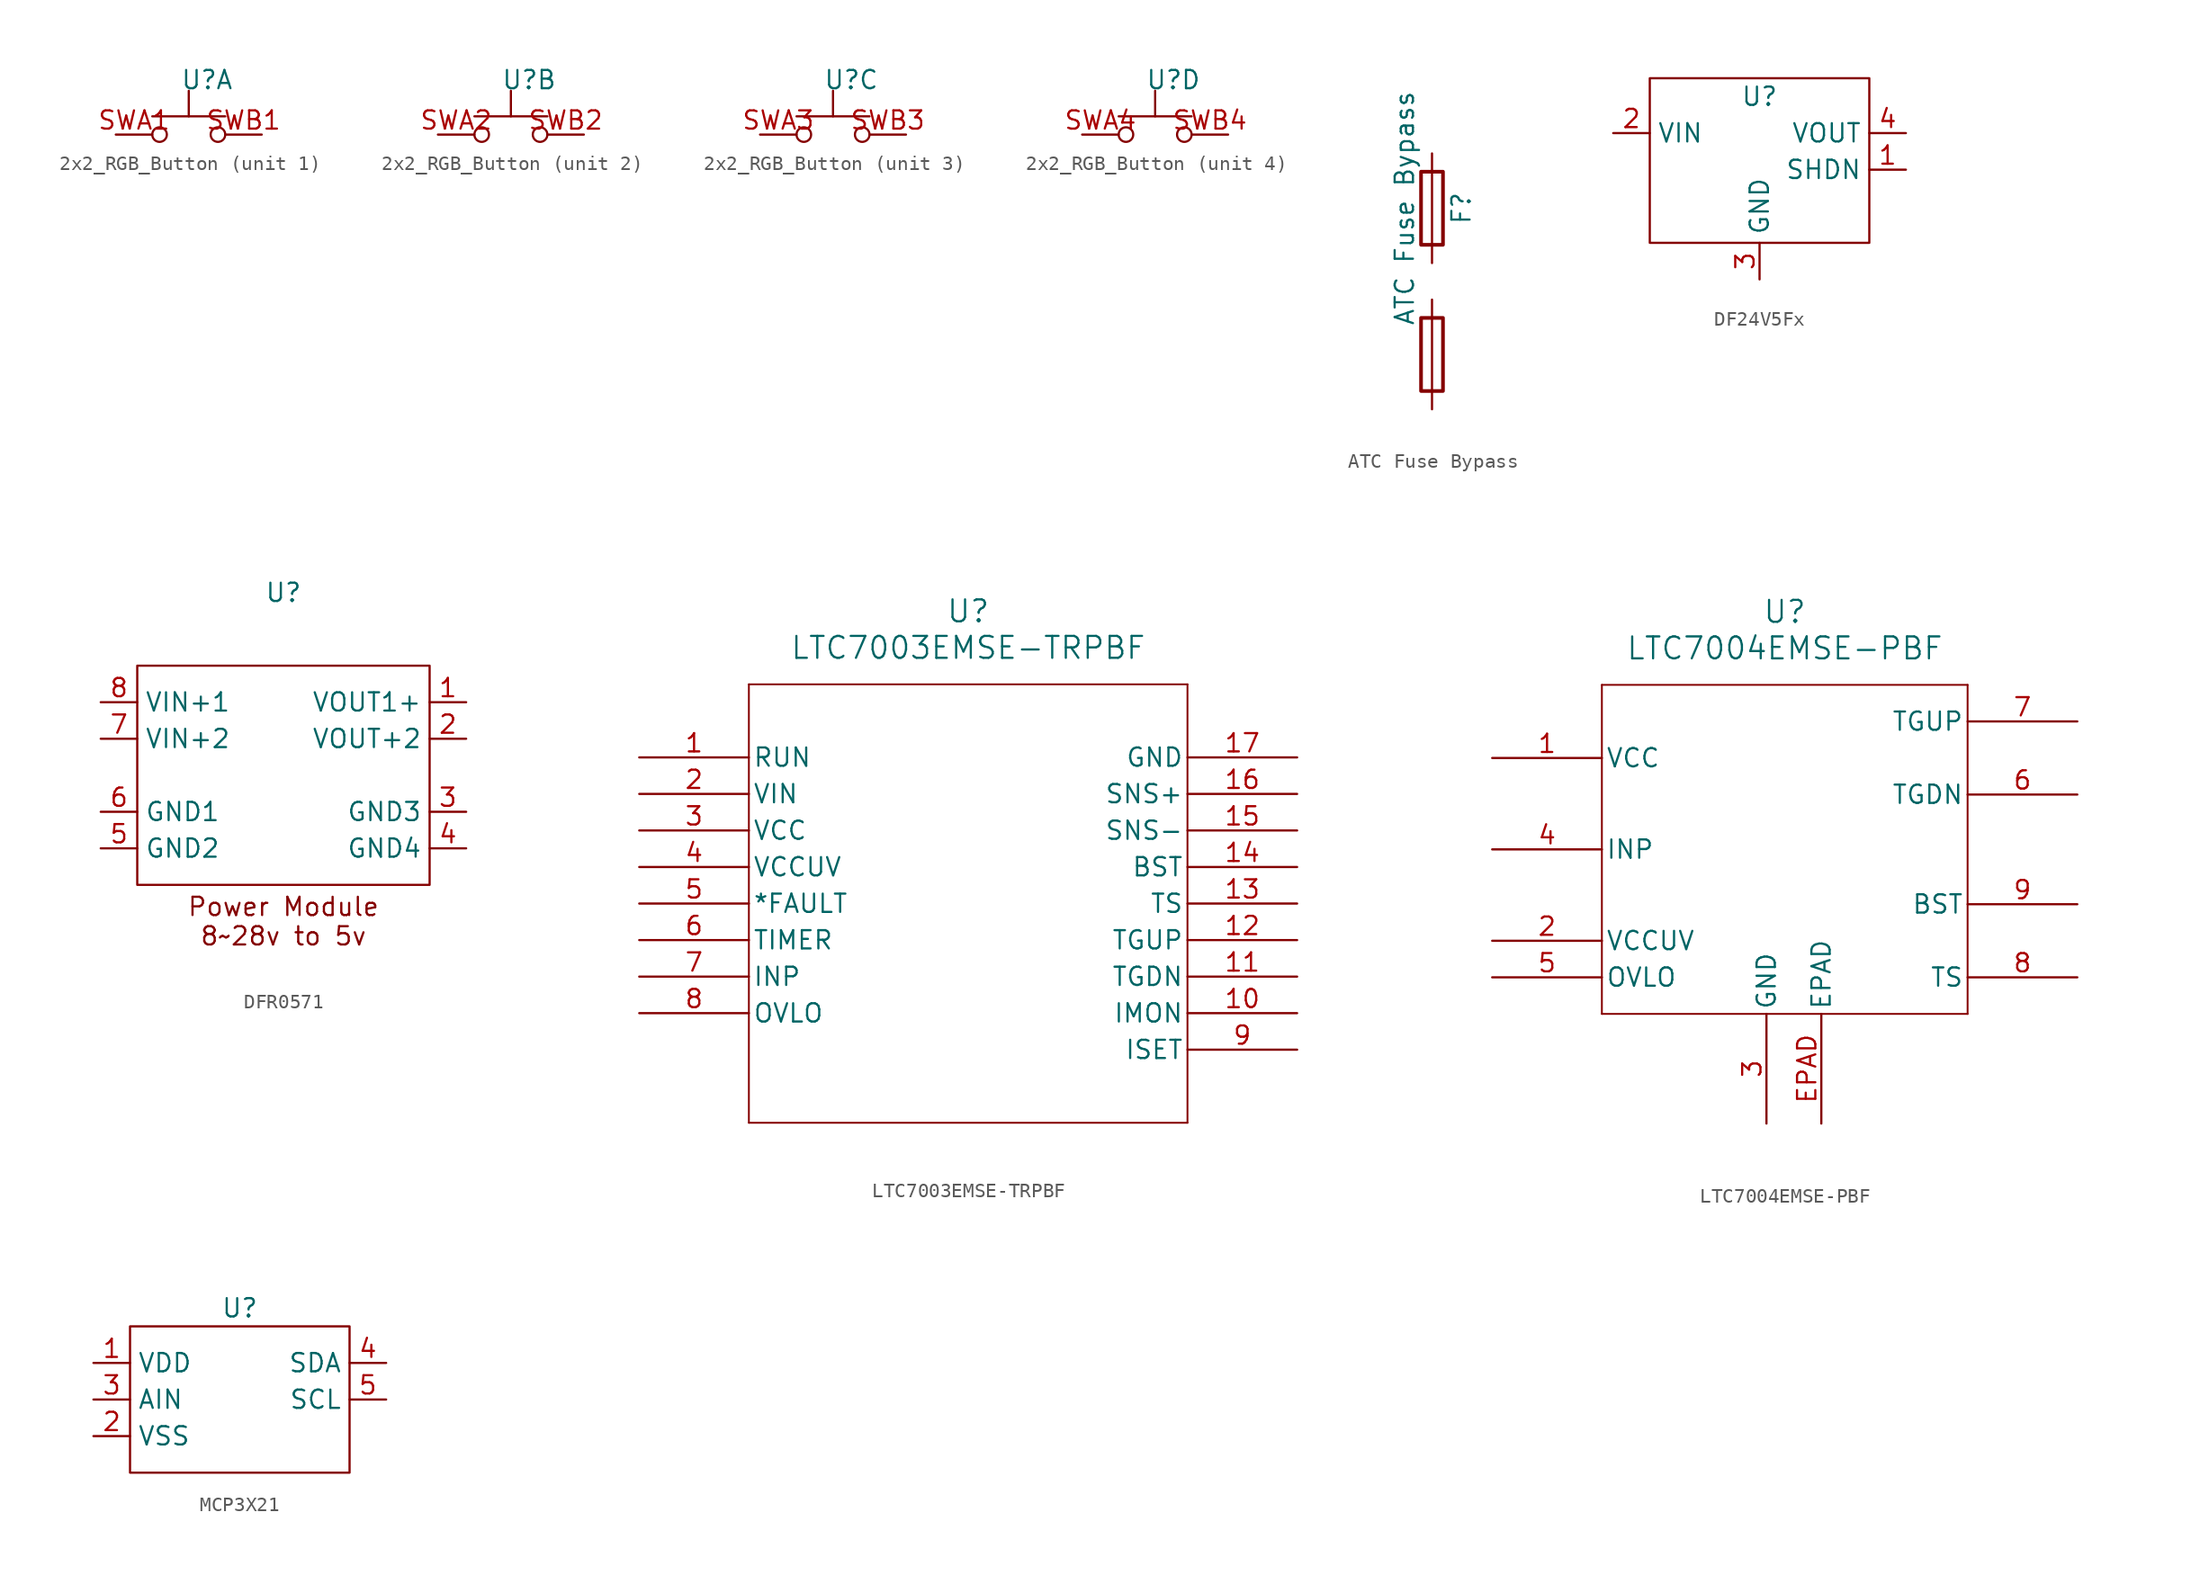
<source format=kicad_sym>
(kicad_symbol_lib
  (version 20231120)
  (generator "kicad_symbol_editor")
  (generator_version "8.0")
  (symbol "2x2_RGB_Button"
    (property "Reference" "U"
      (at 1.27 0 0)
      (effects (font (size 1.27 1.27))))
    (property "Value" ""
      (at 1.27 0 0)
      (effects (font (size 1.27 1.27))))
    (property "ki_locked" ""
      (at 0 0 0)
      (effects (font (size 1.27 1.27))))
    (symbol "2x2_RGB_Button_0_1"
      (circle (center -2.032 -3.81) (radius 0.508) (stroke (width 0) (type default)) (fill (type none)))
      (polyline (pts (xy 0 -2.54) (xy 0 -0.762)) (stroke (width 0) (type default)) (fill (type none)))
      (polyline (pts (xy 2.54 -2.54) (xy -2.54 -2.54)) (stroke (width 0) (type default)) (fill (type none)))
      (circle (center 2.032 -3.81) (radius 0.508) (stroke (width 0) (type default)) (fill (type none))))
    (symbol "2x2_RGB_Button_1_1"
      (pin passive line (at -5.08 -3.81 0) (length 2.54) (name "" (effects (font (size 1.27 1.27)))) (number "SWA1" (effects (font (size 1.27 1.27)))))
      (pin passive line (at 5.08 -3.81 180) (length 2.54) (name "" (effects (font (size 1.27 1.27)))) (number "SWB1" (effects (font (size 1.27 1.27))))))
    (symbol "2x2_RGB_Button_2_1"
      (pin passive line (at -5.08 -3.81 0) (length 2.54) (name "" (effects (font (size 1.27 1.27)))) (number "SWA2" (effects (font (size 1.27 1.27)))))
      (pin passive line (at 5.08 -3.81 180) (length 2.54) (name "" (effects (font (size 1.27 1.27)))) (number "SWB2" (effects (font (size 1.27 1.27))))))
    (symbol "2x2_RGB_Button_3_1"
      (pin passive line (at -5.08 -3.81 0) (length 2.54) (name "" (effects (font (size 1.27 1.27)))) (number "SWA3" (effects (font (size 1.27 1.27)))))
      (pin passive line (at 5.08 -3.81 180) (length 2.54) (name "" (effects (font (size 1.27 1.27)))) (number "SWB3" (effects (font (size 1.27 1.27))))))
    (symbol "2x2_RGB_Button_4_1"
      (pin passive line (at -5.08 -3.81 0) (length 2.54) (name "" (effects (font (size 1.27 1.27)))) (number "SWA4" (effects (font (size 1.27 1.27)))))
      (pin passive line (at 5.08 -3.81 180) (length 2.54) (name "" (effects (font (size 1.27 1.27)))) (number "SWB4" (effects (font (size 1.27 1.27)))))))
  (symbol "ATC Fuse Bypass"
    (pin_numbers hide)
    (pin_names
      (offset 0))
    (property "Reference" "F"
      (at 2.032 5.08 90)
      (effects (font (size 1.27 1.27))))
    (property "Value" "ATC Fuse Bypass"
      (at -1.905 5.08 90)
      (effects (font (size 1.27 1.27))))
    (symbol "ATC Fuse Bypass_0_1"
      (rectangle (start -0.762 -7.62) (end 0.762 -2.54) (stroke (width 0.254) (type default)) (fill (type none)))
      (rectangle (start -0.762 2.54) (end 0.762 7.62) (stroke (width 0.254) (type default)) (fill (type none)))
      (polyline (pts (xy 0 -2.54) (xy 0 -7.62)) (stroke (width 0) (type default)) (fill (type none)))
      (polyline (pts (xy 0 7.62) (xy 0 2.54)) (stroke (width 0) (type default)) (fill (type none))))
    (symbol "ATC Fuse Bypass_1_1"
      (pin passive line (at 0 8.89 270) (length 1.27) (name "~" (effects (font (size 1.27 1.27)))) (number "1" (effects (font (size 1.27 1.27)))))
      (pin passive line (at 0 -1.27 270) (length 1.27) (name "~" (effects (font (size 1.27 1.27)))) (number "2" (effects (font (size 1.27 1.27)))))
      (pin passive line (at 0 1.27 90) (length 1.27) (name "~" (effects (font (size 1.27 1.27)))) (number "2" (effects (font (size 1.27 1.27)))))
      (pin passive line (at 0 -8.89 90) (length 1.27) (name "~" (effects (font (size 1.27 1.27)))) (number "3" (effects (font (size 1.27 1.27)))))))
  (symbol "DF24V5Fx"
    (property "Reference" "U"
      (at 0 3.81 0)
      (effects (font (size 1.27 1.27))))
    (property "Value" ""
      (at 0 3.81 0)
      (effects (font (size 1.27 1.27))))
    (symbol "DF24V5Fx_0_1"
      (rectangle (start -7.62 5.08) (end 7.62 -6.35) (stroke (width 0) (type default)) (fill (type none))))
    (symbol "DF24V5Fx_1_1"
      (pin power_out line (at 10.16 -1.27 180) (length 2.54) (name "SHDN" (effects (font (size 1.27 1.27)))) (number "1" (effects (font (size 1.27 1.27)))))
      (pin power_in line (at -10.16 1.27 0) (length 2.54) (name "VIN" (effects (font (size 1.27 1.27)))) (number "2" (effects (font (size 1.27 1.27)))))
      (pin power_in line (at 0 -8.89 90) (length 2.54) (name "GND" (effects (font (size 1.27 1.27)))) (number "3" (effects (font (size 1.27 1.27)))))
      (pin power_out line (at 10.16 1.27 180) (length 2.54) (name "VOUT" (effects (font (size 1.27 1.27)))) (number "4" (effects (font (size 1.27 1.27)))))))
  (symbol "DFR0571"
    (property "Reference" "U"
      (at 0 12.7 0)
      (effects (font (size 1.27 1.27))))
    (property "Value" ""
      (at 0 8.89 0)
      (effects (font (size 1.27 1.27))))
    (symbol "DFR0571_0_1"
      (rectangle (start -10.16 7.62) (end 10.16 -7.62) (stroke (width 0) (type default)) (fill (type none))))
    (symbol "DFR0571_1_1"
      (text "Power Module\n8~28v to 5v" (at 0 -10.16 0) (effects (font (size 1.27 1.27))))
      (pin power_out line (at 12.7 5.08 180) (length 2.54) (name "VOUT1+" (effects (font (size 1.27 1.27)))) (number "1" (effects (font (size 1.27 1.27)))))
      (pin power_out line (at 12.7 2.54 180) (length 2.54) (name "VOUT+2" (effects (font (size 1.27 1.27)))) (number "2" (effects (font (size 1.27 1.27)))))
      (pin power_out line (at 12.7 -2.54 180) (length 2.54) (name "GND3" (effects (font (size 1.27 1.27)))) (number "3" (effects (font (size 1.27 1.27)))))
      (pin power_out line (at 12.7 -5.08 180) (length 2.54) (name "GND4" (effects (font (size 1.27 1.27)))) (number "4" (effects (font (size 1.27 1.27)))))
      (pin power_in line (at -12.7 -5.08 0) (length 2.54) (name "GND2" (effects (font (size 1.27 1.27)))) (number "5" (effects (font (size 1.27 1.27)))))
      (pin power_in line (at -12.7 -2.54 0) (length 2.54) (name "GND1" (effects (font (size 1.27 1.27)))) (number "6" (effects (font (size 1.27 1.27)))))
      (pin power_in line (at -12.7 2.54 0) (length 2.54) (name "VIN+2" (effects (font (size 1.27 1.27)))) (number "7" (effects (font (size 1.27 1.27)))))
      (pin power_in line (at -12.7 5.08 0) (length 2.54) (name "VIN+1" (effects (font (size 1.27 1.27)))) (number "8" (effects (font (size 1.27 1.27)))))))
  (symbol "LTC7003EMSE-TRPBF"
    (pin_names
      (offset 0.254))
    (property "Reference" "U"
      (at 22.86 10.16 0)
      (effects (font (size 1.524 1.524))))
    (property "Value" "LTC7003EMSE-TRPBF"
      (at 22.86 7.62 0)
      (effects (font (size 1.524 1.524))))
    (property "ki_locked" ""
      (at 0 0 0)
      (effects (font (size 1.27 1.27))))
    (symbol "LTC7003EMSE-TRPBF_0_1"
      (polyline (pts (xy 7.62 -25.4) (xy 38.1 -25.4)) (stroke (width 0.127) (type default)) (fill (type none)))
      (polyline (pts (xy 7.62 5.08) (xy 7.62 -25.4)) (stroke (width 0.127) (type default)) (fill (type none)))
      (polyline (pts (xy 38.1 -25.4) (xy 38.1 5.08)) (stroke (width 0.127) (type default)) (fill (type none)))
      (polyline (pts (xy 38.1 5.08) (xy 7.62 5.08)) (stroke (width 0.127) (type default)) (fill (type none)))
      (pin input line (at 0 0 0) (length 7.62) (name "RUN" (effects (font (size 1.27 1.27)))) (number "1" (effects (font (size 1.27 1.27)))))
      (pin unspecified line (at 45.72 -17.78 180) (length 7.62) (name "IMON" (effects (font (size 1.27 1.27)))) (number "10" (effects (font (size 1.27 1.27)))))
      (pin power_in line (at 45.72 -15.24 180) (length 7.62) (name "TGDN" (effects (font (size 1.27 1.27)))) (number "11" (effects (font (size 1.27 1.27)))))
      (pin power_in line (at 45.72 -12.7 180) (length 7.62) (name "TGUP" (effects (font (size 1.27 1.27)))) (number "12" (effects (font (size 1.27 1.27)))))
      (pin power_in line (at 45.72 -10.16 180) (length 7.62) (name "TS" (effects (font (size 1.27 1.27)))) (number "13" (effects (font (size 1.27 1.27)))))
      (pin power_in line (at 45.72 -7.62 180) (length 7.62) (name "BST" (effects (font (size 1.27 1.27)))) (number "14" (effects (font (size 1.27 1.27)))))
      (pin input line (at 45.72 -5.08 180) (length 7.62) (name "SNS-" (effects (font (size 1.27 1.27)))) (number "15" (effects (font (size 1.27 1.27)))))
      (pin input line (at 45.72 -2.54 180) (length 7.62) (name "SNS+" (effects (font (size 1.27 1.27)))) (number "16" (effects (font (size 1.27 1.27)))))
      (pin power_out line (at 45.72 0 180) (length 7.62) (name "GND" (effects (font (size 1.27 1.27)))) (number "17" (effects (font (size 1.27 1.27)))))
      (pin power_in line (at 0 -2.54 0) (length 7.62) (name "VIN" (effects (font (size 1.27 1.27)))) (number "2" (effects (font (size 1.27 1.27)))))
      (pin power_in line (at 0 -5.08 0) (length 7.62) (name "VCC" (effects (font (size 1.27 1.27)))) (number "3" (effects (font (size 1.27 1.27)))))
      (pin power_in line (at 0 -7.62 0) (length 7.62) (name "VCCUV" (effects (font (size 1.27 1.27)))) (number "4" (effects (font (size 1.27 1.27)))))
      (pin output line (at 0 -10.16 0) (length 7.62) (name "*FAULT" (effects (font (size 1.27 1.27)))) (number "5" (effects (font (size 1.27 1.27)))))
      (pin input line (at 0 -12.7 0) (length 7.62) (name "TIMER" (effects (font (size 1.27 1.27)))) (number "6" (effects (font (size 1.27 1.27)))))
      (pin input line (at 0 -15.24 0) (length 7.62) (name "INP" (effects (font (size 1.27 1.27)))) (number "7" (effects (font (size 1.27 1.27)))))
      (pin input line (at 0 -17.78 0) (length 7.62) (name "OVLO" (effects (font (size 1.27 1.27)))) (number "8" (effects (font (size 1.27 1.27)))))
      (pin unspecified line (at 45.72 -20.32 180) (length 7.62) (name "ISET" (effects (font (size 1.27 1.27)))) (number "9" (effects (font (size 1.27 1.27)))))))
  (symbol "LTC7004EMSE-PBF"
    (pin_names
      (offset 0.254))
    (property "Reference" "U"
      (at 20.32 10.16 0)
      (effects (font (size 1.524 1.524))))
    (property "Value" "LTC7004EMSE-PBF"
      (at 20.32 7.62 0)
      (effects (font (size 1.524 1.524))))
    (property "ki_locked" ""
      (at 0 0 0)
      (effects (font (size 1.27 1.27))))
    (symbol "LTC7004EMSE-PBF_0_1"
      (polyline (pts (xy 7.62 -17.78) (xy 33.02 -17.78)) (stroke (width 0.127) (type default)) (fill (type none)))
      (polyline (pts (xy 7.62 5.08) (xy 7.62 -17.78)) (stroke (width 0.127) (type default)) (fill (type none)))
      (polyline (pts (xy 33.02 -17.78) (xy 33.02 5.08)) (stroke (width 0.127) (type default)) (fill (type none)))
      (polyline (pts (xy 33.02 5.08) (xy 7.62 5.08)) (stroke (width 0.127) (type default)) (fill (type none)))
      (pin power_in line (at 0 0 0) (length 7.62) (name "VCC" (effects (font (size 1.27 1.27)))) (number "1" (effects (font (size 1.27 1.27)))))
      (pin power_in line (at 0 -12.7 0) (length 7.62) (name "VCCUV" (effects (font (size 1.27 1.27)))) (number "2" (effects (font (size 1.27 1.27)))))
      (pin power_out line (at 19.05 -25.4 90) (length 7.62) (name "GND" (effects (font (size 1.27 1.27)))) (number "3" (effects (font (size 1.27 1.27)))))
      (pin unspecified line (at 0 -6.35 0) (length 7.62) (name "INP" (effects (font (size 1.27 1.27)))) (number "4" (effects (font (size 1.27 1.27)))))
      (pin unspecified line (at 0 -15.24 0) (length 7.62) (name "OVLO" (effects (font (size 1.27 1.27)))) (number "5" (effects (font (size 1.27 1.27)))))
      (pin unspecified line (at 40.64 -2.54 180) (length 7.62) (name "TGDN" (effects (font (size 1.27 1.27)))) (number "6" (effects (font (size 1.27 1.27)))))
      (pin unspecified line (at 40.64 2.54 180) (length 7.62) (name "TGUP" (effects (font (size 1.27 1.27)))) (number "7" (effects (font (size 1.27 1.27)))))
      (pin unspecified line (at 40.64 -15.24 180) (length 7.62) (name "TS" (effects (font (size 1.27 1.27)))) (number "8" (effects (font (size 1.27 1.27)))))
      (pin unspecified line (at 40.64 -10.16 180) (length 7.62) (name "BST" (effects (font (size 1.27 1.27)))) (number "9" (effects (font (size 1.27 1.27)))))
      (pin unspecified line (at 22.86 -25.4 90) (length 7.62) (name "EPAD" (effects (font (size 1.27 1.27)))) (number "EPAD" (effects (font (size 1.27 1.27))))))
    (symbol "LTC7004EMSE-PBF_1_1"
      (pin no_connect line (at 15.24 -25.4 90) (length 7.62) hide (name "NC" (effects (font (size 1.27 1.27)))) (number "10" (effects (font (size 1.27 1.27)))))))
  (symbol "MCP3X21"
    (property "Reference" "U"
      (at 0 0 0)
      (effects (font (size 1.27 1.27))))
    (property "Value" ""
      (at 0 0 0)
      (effects (font (size 1.27 1.27))))
    (symbol "MCP3X21_0_1"
      (rectangle (start -7.62 -1.27) (end 7.62 -11.43) (stroke (width 0) (type default)) (fill (type none))))
    (symbol "MCP3X21_1_1"
      (pin input line (at -10.16 -3.81 0) (length 2.54) (name "VDD" (effects (font (size 1.27 1.27)))) (number "1" (effects (font (size 1.27 1.27)))))
      (pin input line (at -10.16 -8.89 0) (length 2.54) (name "VSS" (effects (font (size 1.27 1.27)))) (number "2" (effects (font (size 1.27 1.27)))))
      (pin input line (at -10.16 -6.35 0) (length 2.54) (name "AIN" (effects (font (size 1.27 1.27)))) (number "3" (effects (font (size 1.27 1.27)))))
      (pin input line (at 10.16 -3.81 180) (length 2.54) (name "SDA" (effects (font (size 1.27 1.27)))) (number "4" (effects (font (size 1.27 1.27)))))
      (pin input line (at 10.16 -6.35 180) (length 2.54) (name "SCL" (effects (font (size 1.27 1.27)))) (number "5" (effects (font (size 1.27 1.27))))))))
</source>
